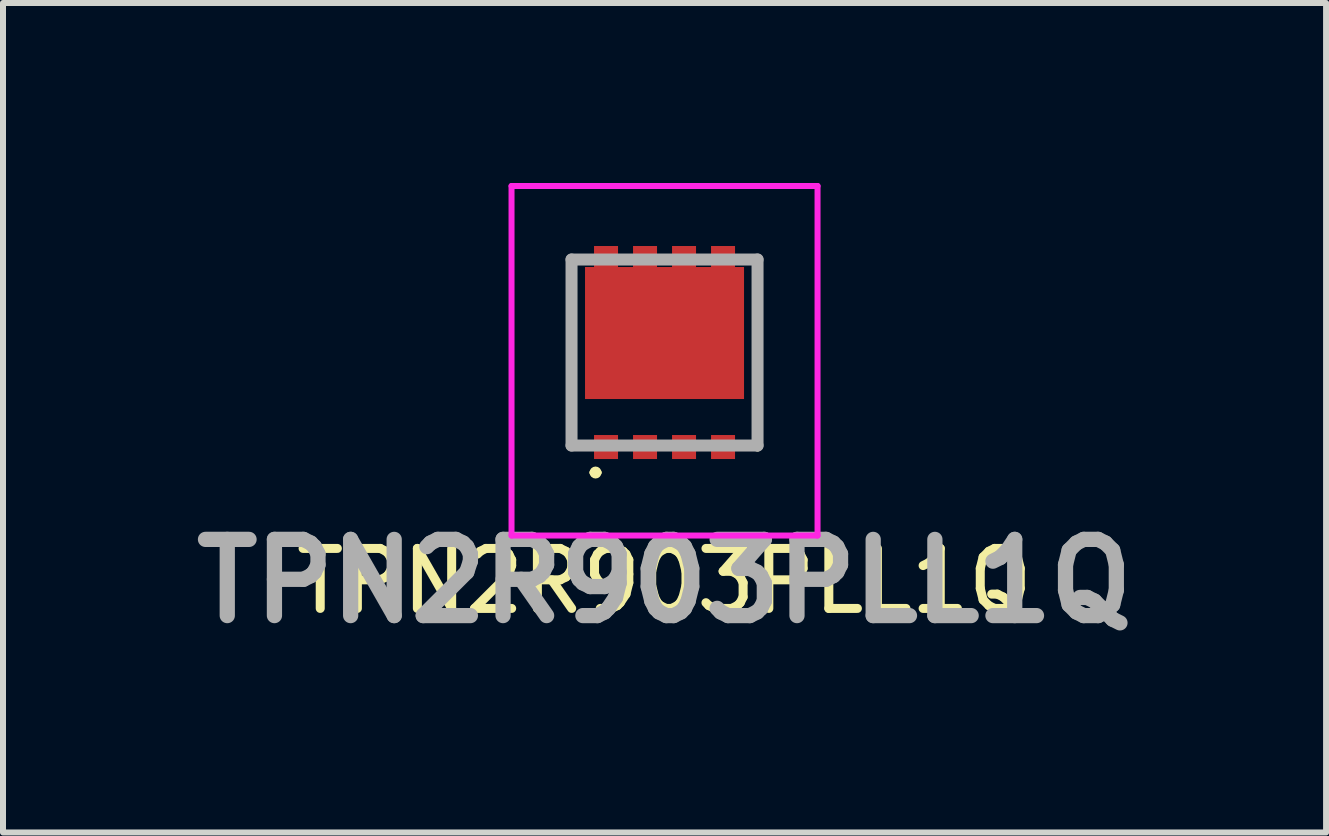
<source format=kicad_pcb>
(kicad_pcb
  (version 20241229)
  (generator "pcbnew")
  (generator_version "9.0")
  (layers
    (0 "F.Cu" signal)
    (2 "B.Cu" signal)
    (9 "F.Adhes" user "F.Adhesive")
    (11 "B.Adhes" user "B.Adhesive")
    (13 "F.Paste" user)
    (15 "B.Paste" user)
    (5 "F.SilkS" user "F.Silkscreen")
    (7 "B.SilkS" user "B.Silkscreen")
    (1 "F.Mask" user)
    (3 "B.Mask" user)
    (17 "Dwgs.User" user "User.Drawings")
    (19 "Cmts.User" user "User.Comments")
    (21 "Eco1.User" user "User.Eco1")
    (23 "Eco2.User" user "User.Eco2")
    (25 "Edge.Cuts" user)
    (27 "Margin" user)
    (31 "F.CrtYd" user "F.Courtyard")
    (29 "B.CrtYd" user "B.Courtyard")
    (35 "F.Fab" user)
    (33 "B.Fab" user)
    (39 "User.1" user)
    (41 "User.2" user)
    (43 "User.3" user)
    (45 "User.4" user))
  (footprint "TPN2R903PLL1Q"
    (layer "F.Cu")
    (at 8.025 2.825)
    (property "Reference" "TPN2R903PLL1Q" (at 0 3.81 0) (layer "F.SilkS") (effects (font (size 1 1) (thickness 0.15))))
    (attr smd)
    (fp_line (start -1.55 -1.55) (end -1.55 1.55) (stroke (width 0.1) (type solid)) (layer "F.SilkS"))
    (fp_line (start -1.2 2) (end -1.2 2) (stroke (width 0.1) (type solid)) (layer "F.SilkS"))
    (fp_line (start -1.1 2) (end -1.1 2) (stroke (width 0.1) (type solid)) (layer "F.SilkS"))
    (fp_line (start 1.55 -1.55) (end 1.55 1.6) (stroke (width 0.1) (type solid)) (layer "F.SilkS"))
    (fp_arc (start -1.2 2) (mid -1.15 1.95) (end -1.1 2) (stroke (width 0.1) (type solid)) (layer "F.SilkS"))
    (fp_arc (start -1.1 2) (mid -1.15 2.05) (end -1.2 2) (stroke (width 0.1) (type solid)) (layer "F.SilkS"))
    (fp_line (start -2.55 -2.775) (end 2.55 -2.775) (stroke (width 0.1) (type solid)) (layer "F.CrtYd"))
    (fp_line (start -2.55 3.05) (end -2.55 -2.775) (stroke (width 0.1) (type solid)) (layer "F.CrtYd"))
    (fp_line (start 2.55 -2.775) (end 2.55 3.05) (stroke (width 0.1) (type solid)) (layer "F.CrtYd"))
    (fp_line (start 2.55 3.05) (end -2.55 3.05) (stroke (width 0.1) (type solid)) (layer "F.CrtYd"))
    (fp_line (start -1.55 -1.55) (end 1.55 -1.55) (stroke (width 0.2) (type solid)) (layer "F.Fab"))
    (fp_line (start -1.55 1.55) (end -1.55 -1.55) (stroke (width 0.2) (type solid)) (layer "F.Fab"))
    (fp_line (start 1.55 -1.55) (end 1.55 1.55) (stroke (width 0.2) (type solid)) (layer "F.Fab"))
    (fp_line (start 1.55 1.55) (end -1.55 1.55) (stroke (width 0.2) (type solid)) (layer "F.Fab"))
    (fp_text user "${REFERENCE}" (at 0 3.81 0) (layer "F.Fab") (effects (font (size 1.27 1.27) (thickness 0.254))))
    (pad "1" smd rect (at -0.975 1.575) (size 0.4 0.4) (layers "F.Cu" "F.Mask" "F.Paste"))
    (pad "1" smd rect (at -0.325 1.575) (size 0.4 0.4) (layers "F.Cu" "F.Mask" "F.Paste"))
    (pad "1" smd rect (at 0.325 1.575) (size 0.4 0.4) (layers "F.Cu" "F.Mask" "F.Paste"))
    (pad "2" smd rect (at 0.975 1.575) (size 0.4 0.4) (layers "F.Cu" "F.Mask" "F.Paste"))
    (pad "3" smd rect (at -0.975 -1.575) (size 0.4 0.4) (layers "F.Cu" "F.Mask" "F.Paste"))
    (pad "3" smd rect (at -0.325 -1.575) (size 0.4 0.4) (layers "F.Cu" "F.Mask" "F.Paste"))
    (pad "3" smd rect (at 0 -0.325 90) (size 2.2 2.65) (layers "F.Cu" "F.Mask" "F.Paste"))
    (pad "3" smd rect (at 0.325 -1.575) (size 0.4 0.4) (layers "F.Cu" "F.Mask" "F.Paste"))
    (pad "3" smd rect (at 0.975 -1.575) (size 0.4 0.4) (layers "F.Cu" "F.Mask" "F.Paste")))
  (gr_rect
    (start -3 -3)
    (end 19.05 10.824)
    (stroke (width 0.1) (type default))
    (fill no)
    (layer "Edge.Cuts")))
</source>
